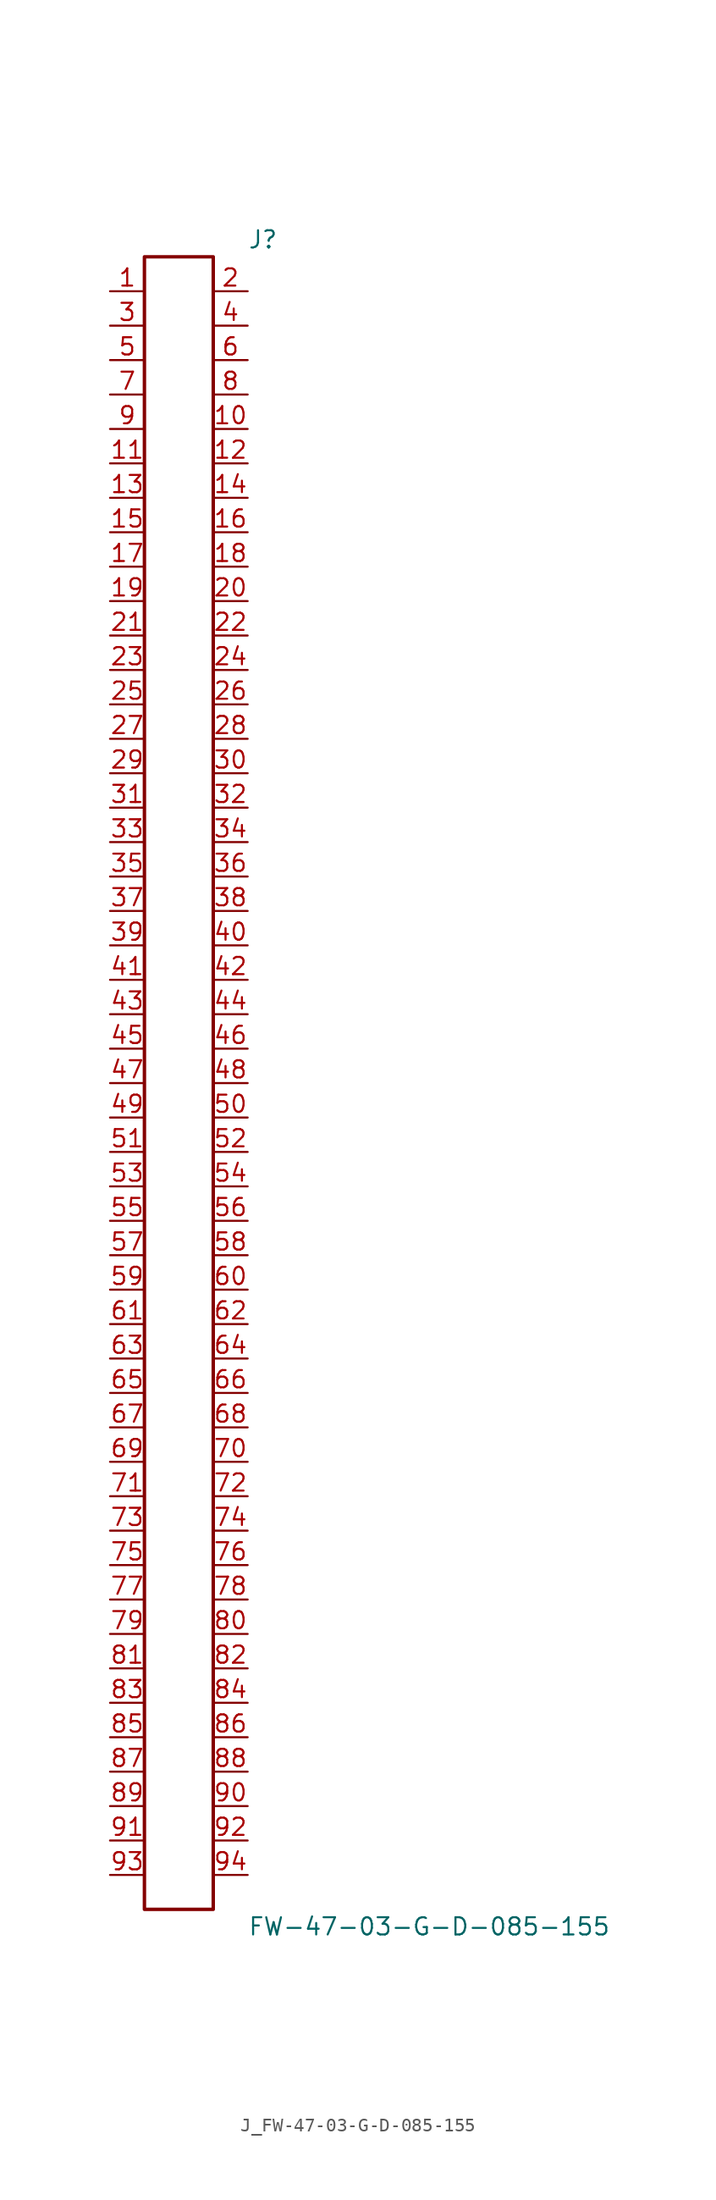
<source format=kicad_sym>
(kicad_symbol_lib
  (version 20231120)
  (generator kicad_symbol_editor)
  (generator_version 8.0)
  (symbol "J_FW-47-03-G-D-085-155"
    (pin_names
      (offset 0.254))
    (property "Reference" "J"
      (at 5.08 62.23 0)
      (effects (font (size 1.27 1.27)) (justify left)))
    (property "Value" "FW-47-03-G-D-085-155"
      (at 5.08 -62.23 0)
      (effects (font (size 1.27 1.27)) (justify left)))
    (symbol "J_FW-47-03-G-D-085-155_0_0"
      (pin unspecified line (at -5.08 58.42 0) (length 2.54) (name "" (effects (font (size 1.27 1.27)))) (number "1" (effects (font (size 1.27 1.27)))))
      (pin unspecified line (at 5.08 58.42 180) (length 2.54) (name "" (effects (font (size 1.27 1.27)))) (number "2" (effects (font (size 1.27 1.27)))))
      (pin unspecified line (at -5.08 55.88 0) (length 2.54) (name "" (effects (font (size 1.27 1.27)))) (number "3" (effects (font (size 1.27 1.27)))))
      (pin unspecified line (at 5.08 55.88 180) (length 2.54) (name "" (effects (font (size 1.27 1.27)))) (number "4" (effects (font (size 1.27 1.27)))))
      (pin unspecified line (at -5.08 53.34 0) (length 2.54) (name "" (effects (font (size 1.27 1.27)))) (number "5" (effects (font (size 1.27 1.27)))))
      (pin unspecified line (at 5.08 53.34 180) (length 2.54) (name "" (effects (font (size 1.27 1.27)))) (number "6" (effects (font (size 1.27 1.27)))))
      (pin unspecified line (at -5.08 50.8 0) (length 2.54) (name "" (effects (font (size 1.27 1.27)))) (number "7" (effects (font (size 1.27 1.27)))))
      (pin unspecified line (at 5.08 50.8 180) (length 2.54) (name "" (effects (font (size 1.27 1.27)))) (number "8" (effects (font (size 1.27 1.27)))))
      (pin unspecified line (at -5.08 48.26 0) (length 2.54) (name "" (effects (font (size 1.27 1.27)))) (number "9" (effects (font (size 1.27 1.27)))))
      (pin unspecified line (at 5.08 48.26 180) (length 2.54) (name "" (effects (font (size 1.27 1.27)))) (number "10" (effects (font (size 1.27 1.27)))))
      (pin unspecified line (at -5.08 45.72 0) (length 2.54) (name "" (effects (font (size 1.27 1.27)))) (number "11" (effects (font (size 1.27 1.27)))))
      (pin unspecified line (at 5.08 45.72 180) (length 2.54) (name "" (effects (font (size 1.27 1.27)))) (number "12" (effects (font (size 1.27 1.27)))))
      (pin unspecified line (at -5.08 43.18 0) (length 2.54) (name "" (effects (font (size 1.27 1.27)))) (number "13" (effects (font (size 1.27 1.27)))))
      (pin unspecified line (at 5.08 43.18 180) (length 2.54) (name "" (effects (font (size 1.27 1.27)))) (number "14" (effects (font (size 1.27 1.27)))))
      (pin unspecified line (at -5.08 40.64 0) (length 2.54) (name "" (effects (font (size 1.27 1.27)))) (number "15" (effects (font (size 1.27 1.27)))))
      (pin unspecified line (at 5.08 40.64 180) (length 2.54) (name "" (effects (font (size 1.27 1.27)))) (number "16" (effects (font (size 1.27 1.27)))))
      (pin unspecified line (at -5.08 38.1 0) (length 2.54) (name "" (effects (font (size 1.27 1.27)))) (number "17" (effects (font (size 1.27 1.27)))))
      (pin unspecified line (at 5.08 38.1 180) (length 2.54) (name "" (effects (font (size 1.27 1.27)))) (number "18" (effects (font (size 1.27 1.27)))))
      (pin unspecified line (at -5.08 35.56 0) (length 2.54) (name "" (effects (font (size 1.27 1.27)))) (number "19" (effects (font (size 1.27 1.27)))))
      (pin unspecified line (at 5.08 35.56 180) (length 2.54) (name "" (effects (font (size 1.27 1.27)))) (number "20" (effects (font (size 1.27 1.27)))))
      (pin unspecified line (at -5.08 33.02 0) (length 2.54) (name "" (effects (font (size 1.27 1.27)))) (number "21" (effects (font (size 1.27 1.27)))))
      (pin unspecified line (at 5.08 33.02 180) (length 2.54) (name "" (effects (font (size 1.27 1.27)))) (number "22" (effects (font (size 1.27 1.27)))))
      (pin unspecified line (at -5.08 30.48 0) (length 2.54) (name "" (effects (font (size 1.27 1.27)))) (number "23" (effects (font (size 1.27 1.27)))))
      (pin unspecified line (at 5.08 30.48 180) (length 2.54) (name "" (effects (font (size 1.27 1.27)))) (number "24" (effects (font (size 1.27 1.27)))))
      (pin unspecified line (at -5.08 27.94 0) (length 2.54) (name "" (effects (font (size 1.27 1.27)))) (number "25" (effects (font (size 1.27 1.27)))))
      (pin unspecified line (at 5.08 27.94 180) (length 2.54) (name "" (effects (font (size 1.27 1.27)))) (number "26" (effects (font (size 1.27 1.27)))))
      (pin unspecified line (at -5.08 25.4 0) (length 2.54) (name "" (effects (font (size 1.27 1.27)))) (number "27" (effects (font (size 1.27 1.27)))))
      (pin unspecified line (at 5.08 25.4 180) (length 2.54) (name "" (effects (font (size 1.27 1.27)))) (number "28" (effects (font (size 1.27 1.27)))))
      (pin unspecified line (at -5.08 22.86 0) (length 2.54) (name "" (effects (font (size 1.27 1.27)))) (number "29" (effects (font (size 1.27 1.27)))))
      (pin unspecified line (at 5.08 22.86 180) (length 2.54) (name "" (effects (font (size 1.27 1.27)))) (number "30" (effects (font (size 1.27 1.27)))))
      (pin unspecified line (at -5.08 20.32 0) (length 2.54) (name "" (effects (font (size 1.27 1.27)))) (number "31" (effects (font (size 1.27 1.27)))))
      (pin unspecified line (at 5.08 20.32 180) (length 2.54) (name "" (effects (font (size 1.27 1.27)))) (number "32" (effects (font (size 1.27 1.27)))))
      (pin unspecified line (at -5.08 17.78 0) (length 2.54) (name "" (effects (font (size 1.27 1.27)))) (number "33" (effects (font (size 1.27 1.27)))))
      (pin unspecified line (at 5.08 17.78 180) (length 2.54) (name "" (effects (font (size 1.27 1.27)))) (number "34" (effects (font (size 1.27 1.27)))))
      (pin unspecified line (at -5.08 15.24 0) (length 2.54) (name "" (effects (font (size 1.27 1.27)))) (number "35" (effects (font (size 1.27 1.27)))))
      (pin unspecified line (at 5.08 15.24 180) (length 2.54) (name "" (effects (font (size 1.27 1.27)))) (number "36" (effects (font (size 1.27 1.27)))))
      (pin unspecified line (at -5.08 12.7 0) (length 2.54) (name "" (effects (font (size 1.27 1.27)))) (number "37" (effects (font (size 1.27 1.27)))))
      (pin unspecified line (at 5.08 12.7 180) (length 2.54) (name "" (effects (font (size 1.27 1.27)))) (number "38" (effects (font (size 1.27 1.27)))))
      (pin unspecified line (at -5.08 10.16 0) (length 2.54) (name "" (effects (font (size 1.27 1.27)))) (number "39" (effects (font (size 1.27 1.27)))))
      (pin unspecified line (at 5.08 10.16 180) (length 2.54) (name "" (effects (font (size 1.27 1.27)))) (number "40" (effects (font (size 1.27 1.27)))))
      (pin unspecified line (at -5.08 7.62 0) (length 2.54) (name "" (effects (font (size 1.27 1.27)))) (number "41" (effects (font (size 1.27 1.27)))))
      (pin unspecified line (at 5.08 7.62 180) (length 2.54) (name "" (effects (font (size 1.27 1.27)))) (number "42" (effects (font (size 1.27 1.27)))))
      (pin unspecified line (at -5.08 5.08 0) (length 2.54) (name "" (effects (font (size 1.27 1.27)))) (number "43" (effects (font (size 1.27 1.27)))))
      (pin unspecified line (at 5.08 5.08 180) (length 2.54) (name "" (effects (font (size 1.27 1.27)))) (number "44" (effects (font (size 1.27 1.27)))))
      (pin unspecified line (at -5.08 2.54 0) (length 2.54) (name "" (effects (font (size 1.27 1.27)))) (number "45" (effects (font (size 1.27 1.27)))))
      (pin unspecified line (at 5.08 2.54 180) (length 2.54) (name "" (effects (font (size 1.27 1.27)))) (number "46" (effects (font (size 1.27 1.27)))))
      (pin unspecified line (at -5.08 0.0 0) (length 2.54) (name "" (effects (font (size 1.27 1.27)))) (number "47" (effects (font (size 1.27 1.27)))))
      (pin unspecified line (at 5.08 0.0 180) (length 2.54) (name "" (effects (font (size 1.27 1.27)))) (number "48" (effects (font (size 1.27 1.27)))))
      (pin unspecified line (at -5.08 -2.54 0) (length 2.54) (name "" (effects (font (size 1.27 1.27)))) (number "49" (effects (font (size 1.27 1.27)))))
      (pin unspecified line (at 5.08 -2.54 180) (length 2.54) (name "" (effects (font (size 1.27 1.27)))) (number "50" (effects (font (size 1.27 1.27)))))
      (pin unspecified line (at -5.08 -5.08 0) (length 2.54) (name "" (effects (font (size 1.27 1.27)))) (number "51" (effects (font (size 1.27 1.27)))))
      (pin unspecified line (at 5.08 -5.08 180) (length 2.54) (name "" (effects (font (size 1.27 1.27)))) (number "52" (effects (font (size 1.27 1.27)))))
      (pin unspecified line (at -5.08 -7.62 0) (length 2.54) (name "" (effects (font (size 1.27 1.27)))) (number "53" (effects (font (size 1.27 1.27)))))
      (pin unspecified line (at 5.08 -7.62 180) (length 2.54) (name "" (effects (font (size 1.27 1.27)))) (number "54" (effects (font (size 1.27 1.27)))))
      (pin unspecified line (at -5.08 -10.16 0) (length 2.54) (name "" (effects (font (size 1.27 1.27)))) (number "55" (effects (font (size 1.27 1.27)))))
      (pin unspecified line (at 5.08 -10.16 180) (length 2.54) (name "" (effects (font (size 1.27 1.27)))) (number "56" (effects (font (size 1.27 1.27)))))
      (pin unspecified line (at -5.08 -12.7 0) (length 2.54) (name "" (effects (font (size 1.27 1.27)))) (number "57" (effects (font (size 1.27 1.27)))))
      (pin unspecified line (at 5.08 -12.7 180) (length 2.54) (name "" (effects (font (size 1.27 1.27)))) (number "58" (effects (font (size 1.27 1.27)))))
      (pin unspecified line (at -5.08 -15.24 0) (length 2.54) (name "" (effects (font (size 1.27 1.27)))) (number "59" (effects (font (size 1.27 1.27)))))
      (pin unspecified line (at 5.08 -15.24 180) (length 2.54) (name "" (effects (font (size 1.27 1.27)))) (number "60" (effects (font (size 1.27 1.27)))))
      (pin unspecified line (at -5.08 -17.78 0) (length 2.54) (name "" (effects (font (size 1.27 1.27)))) (number "61" (effects (font (size 1.27 1.27)))))
      (pin unspecified line (at 5.08 -17.78 180) (length 2.54) (name "" (effects (font (size 1.27 1.27)))) (number "62" (effects (font (size 1.27 1.27)))))
      (pin unspecified line (at -5.08 -20.32 0) (length 2.54) (name "" (effects (font (size 1.27 1.27)))) (number "63" (effects (font (size 1.27 1.27)))))
      (pin unspecified line (at 5.08 -20.32 180) (length 2.54) (name "" (effects (font (size 1.27 1.27)))) (number "64" (effects (font (size 1.27 1.27)))))
      (pin unspecified line (at -5.08 -22.86 0) (length 2.54) (name "" (effects (font (size 1.27 1.27)))) (number "65" (effects (font (size 1.27 1.27)))))
      (pin unspecified line (at 5.08 -22.86 180) (length 2.54) (name "" (effects (font (size 1.27 1.27)))) (number "66" (effects (font (size 1.27 1.27)))))
      (pin unspecified line (at -5.08 -25.4 0) (length 2.54) (name "" (effects (font (size 1.27 1.27)))) (number "67" (effects (font (size 1.27 1.27)))))
      (pin unspecified line (at 5.08 -25.4 180) (length 2.54) (name "" (effects (font (size 1.27 1.27)))) (number "68" (effects (font (size 1.27 1.27)))))
      (pin unspecified line (at -5.08 -27.94 0) (length 2.54) (name "" (effects (font (size 1.27 1.27)))) (number "69" (effects (font (size 1.27 1.27)))))
      (pin unspecified line (at 5.08 -27.94 180) (length 2.54) (name "" (effects (font (size 1.27 1.27)))) (number "70" (effects (font (size 1.27 1.27)))))
      (pin unspecified line (at -5.08 -30.48 0) (length 2.54) (name "" (effects (font (size 1.27 1.27)))) (number "71" (effects (font (size 1.27 1.27)))))
      (pin unspecified line (at 5.08 -30.48 180) (length 2.54) (name "" (effects (font (size 1.27 1.27)))) (number "72" (effects (font (size 1.27 1.27)))))
      (pin unspecified line (at -5.08 -33.02 0) (length 2.54) (name "" (effects (font (size 1.27 1.27)))) (number "73" (effects (font (size 1.27 1.27)))))
      (pin unspecified line (at 5.08 -33.02 180) (length 2.54) (name "" (effects (font (size 1.27 1.27)))) (number "74" (effects (font (size 1.27 1.27)))))
      (pin unspecified line (at -5.08 -35.56 0) (length 2.54) (name "" (effects (font (size 1.27 1.27)))) (number "75" (effects (font (size 1.27 1.27)))))
      (pin unspecified line (at 5.08 -35.56 180) (length 2.54) (name "" (effects (font (size 1.27 1.27)))) (number "76" (effects (font (size 1.27 1.27)))))
      (pin unspecified line (at -5.08 -38.1 0) (length 2.54) (name "" (effects (font (size 1.27 1.27)))) (number "77" (effects (font (size 1.27 1.27)))))
      (pin unspecified line (at 5.08 -38.1 180) (length 2.54) (name "" (effects (font (size 1.27 1.27)))) (number "78" (effects (font (size 1.27 1.27)))))
      (pin unspecified line (at -5.08 -40.64 0) (length 2.54) (name "" (effects (font (size 1.27 1.27)))) (number "79" (effects (font (size 1.27 1.27)))))
      (pin unspecified line (at 5.08 -40.64 180) (length 2.54) (name "" (effects (font (size 1.27 1.27)))) (number "80" (effects (font (size 1.27 1.27)))))
      (pin unspecified line (at -5.08 -43.18 0) (length 2.54) (name "" (effects (font (size 1.27 1.27)))) (number "81" (effects (font (size 1.27 1.27)))))
      (pin unspecified line (at 5.08 -43.18 180) (length 2.54) (name "" (effects (font (size 1.27 1.27)))) (number "82" (effects (font (size 1.27 1.27)))))
      (pin unspecified line (at -5.08 -45.72 0) (length 2.54) (name "" (effects (font (size 1.27 1.27)))) (number "83" (effects (font (size 1.27 1.27)))))
      (pin unspecified line (at 5.08 -45.72 180) (length 2.54) (name "" (effects (font (size 1.27 1.27)))) (number "84" (effects (font (size 1.27 1.27)))))
      (pin unspecified line (at -5.08 -48.26 0) (length 2.54) (name "" (effects (font (size 1.27 1.27)))) (number "85" (effects (font (size 1.27 1.27)))))
      (pin unspecified line (at 5.08 -48.26 180) (length 2.54) (name "" (effects (font (size 1.27 1.27)))) (number "86" (effects (font (size 1.27 1.27)))))
      (pin unspecified line (at -5.08 -50.8 0) (length 2.54) (name "" (effects (font (size 1.27 1.27)))) (number "87" (effects (font (size 1.27 1.27)))))
      (pin unspecified line (at 5.08 -50.8 180) (length 2.54) (name "" (effects (font (size 1.27 1.27)))) (number "88" (effects (font (size 1.27 1.27)))))
      (pin unspecified line (at -5.08 -53.34 0) (length 2.54) (name "" (effects (font (size 1.27 1.27)))) (number "89" (effects (font (size 1.27 1.27)))))
      (pin unspecified line (at 5.08 -53.34 180) (length 2.54) (name "" (effects (font (size 1.27 1.27)))) (number "90" (effects (font (size 1.27 1.27)))))
      (pin unspecified line (at -5.08 -55.88 0) (length 2.54) (name "" (effects (font (size 1.27 1.27)))) (number "91" (effects (font (size 1.27 1.27)))))
      (pin unspecified line (at 5.08 -55.88 180) (length 2.54) (name "" (effects (font (size 1.27 1.27)))) (number "92" (effects (font (size 1.27 1.27)))))
      (pin unspecified line (at -5.08 -58.42 0) (length 2.54) (name "" (effects (font (size 1.27 1.27)))) (number "93" (effects (font (size 1.27 1.27)))))
      (pin unspecified line (at 5.08 -58.42 180) (length 2.54) (name "" (effects (font (size 1.27 1.27)))) (number "94" (effects (font (size 1.27 1.27))))))
    (symbol "J_FW-47-03-G-D-085-155_1_0"
      (rectangle (start -2.54 60.96) (end 2.54 -60.96) (stroke (width 0.254) (type solid)) (fill (type none))))))
</source>
